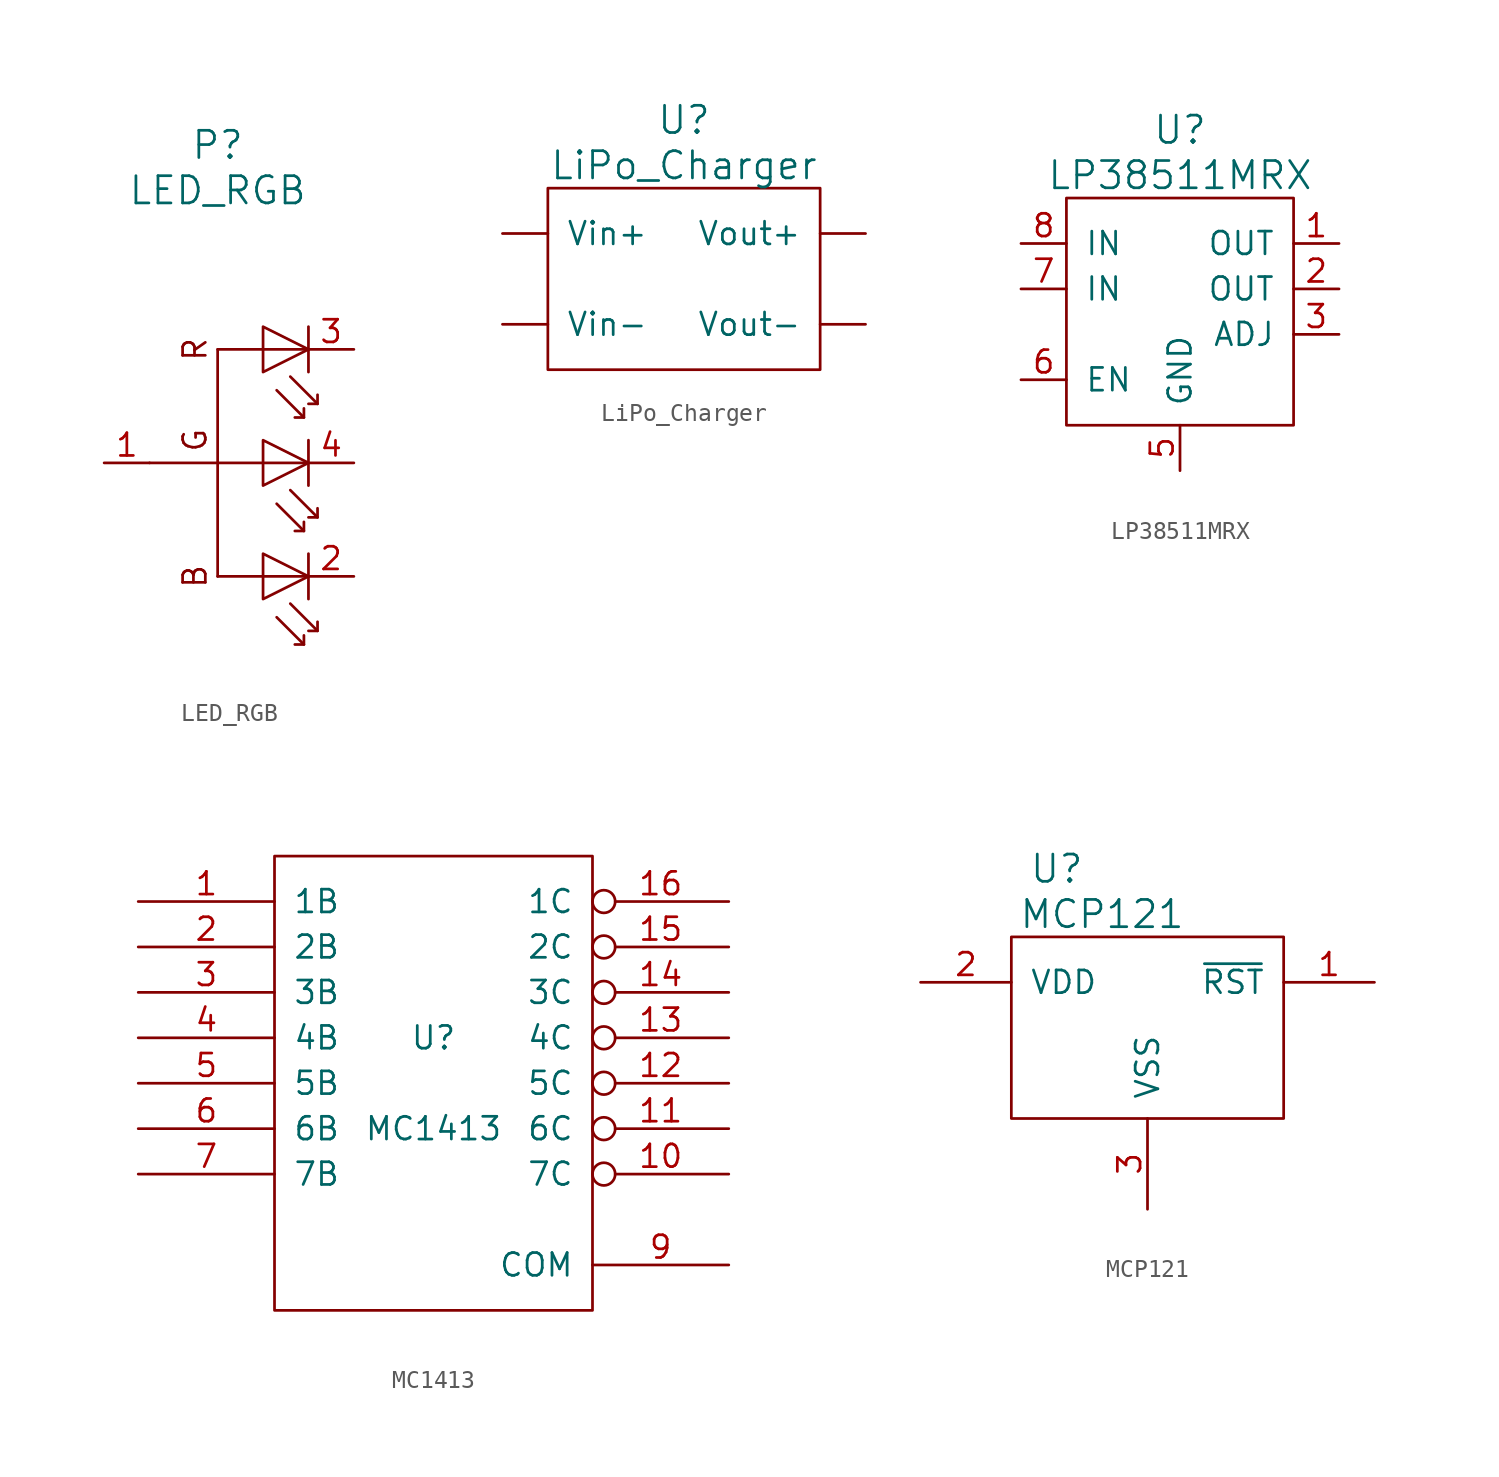
<source format=kicad_sym>
(kicad_symbol_lib
  (version 20211014)
  (generator kicad_symbol_editor)
  (symbol "LED_RGB"
    (pin_names hide)
    (property "Reference" "P"
      (at -3.81 15.24 0)
      (effects (font (size 1.524 1.524))))
    (property "Value" "LED_RGB"
      (at -3.81 12.7 0)
      (effects (font (size 1.524 1.524))))
    (property "Footprint" ""
      (at 0 3.81 0)
      (effects (font (size 1.524 1.524))))
    (property "Datasheet" ""
      (at 0 3.81 0)
      (effects (font (size 1.524 1.524))))
    (symbol "LED_RGB_0_0"
      (polyline (pts (xy -1.27 -8.89) (xy 1.27 -8.89)) (stroke (width 0) (type default) (color 0 0 0 0)) (fill (type none)))
      (polyline (pts (xy -1.27 -2.54) (xy 1.27 -2.54)) (stroke (width 0) (type default) (color 0 0 0 0)) (fill (type none)))
      (polyline (pts (xy -1.27 3.81) (xy 1.27 3.81)) (stroke (width 0) (type default) (color 0 0 0 0)) (fill (type none)))
      (polyline (pts (xy -0.508 -11.176) (xy 1.016 -12.7)) (stroke (width 0) (type default) (color 0 0 0 0)) (fill (type none)))
      (polyline (pts (xy -0.508 -4.826) (xy 1.016 -6.35)) (stroke (width 0) (type default) (color 0 0 0 0)) (fill (type none)))
      (polyline (pts (xy -0.508 1.524) (xy 1.016 0)) (stroke (width 0) (type default) (color 0 0 0 0)) (fill (type none)))
      (polyline (pts (xy 0.254 -10.414) (xy 1.778 -11.938)) (stroke (width 0) (type default) (color 0 0 0 0)) (fill (type none)))
      (polyline (pts (xy 0.254 -4.064) (xy 1.778 -5.588)) (stroke (width 0) (type default) (color 0 0 0 0)) (fill (type none)))
      (polyline (pts (xy 0.254 2.286) (xy 1.778 0.762)) (stroke (width 0) (type default) (color 0 0 0 0)) (fill (type none)))
      (polyline (pts (xy 1.27 -7.62) (xy 1.27 -10.16)) (stroke (width 0) (type default) (color 0 0 0 0)) (fill (type none)))
      (polyline (pts (xy 1.27 -1.27) (xy 1.27 -3.81)) (stroke (width 0) (type default) (color 0 0 0 0)) (fill (type none)))
      (polyline (pts (xy 1.27 5.08) (xy 1.27 2.54)) (stroke (width 0) (type default) (color 0 0 0 0)) (fill (type none)))
      (polyline (pts (xy 1.016 -12.192) (xy 1.016 -12.7) (xy 0.508 -12.7)) (stroke (width 0) (type default) (color 0 0 0 0)) (fill (type none)))
      (polyline (pts (xy 1.016 -5.842) (xy 1.016 -6.35) (xy 0.508 -6.35)) (stroke (width 0) (type default) (color 0 0 0 0)) (fill (type none)))
      (polyline (pts (xy 1.016 0.508) (xy 1.016 0) (xy 0.508 0)) (stroke (width 0) (type default) (color 0 0 0 0)) (fill (type none)))
      (polyline (pts (xy 1.778 -11.43) (xy 1.778 -11.938) (xy 1.27 -11.938)) (stroke (width 0) (type default) (color 0 0 0 0)) (fill (type none)))
      (polyline (pts (xy 1.778 -5.08) (xy 1.778 -5.588) (xy 1.27 -5.588)) (stroke (width 0) (type default) (color 0 0 0 0)) (fill (type none)))
      (polyline (pts (xy 1.778 1.27) (xy 1.778 0.762) (xy 1.27 0.762)) (stroke (width 0) (type default) (color 0 0 0 0)) (fill (type none)))
      (polyline (pts (xy -1.27 -7.62) (xy -1.27 -10.16) (xy 1.27 -8.89) (xy -1.27 -7.62)) (stroke (width 0) (type default) (color 0 0 0 0)) (fill (type none)))
      (polyline (pts (xy -1.27 -1.27) (xy -1.27 -3.81) (xy 1.27 -2.54) (xy -1.27 -1.27)) (stroke (width 0) (type default) (color 0 0 0 0)) (fill (type none)))
      (polyline (pts (xy -1.27 5.08) (xy -1.27 2.54) (xy 1.27 3.81) (xy -1.27 5.08)) (stroke (width 0) (type default) (color 0 0 0 0)) (fill (type none)))
      (text "B" (at -5.08 -8.89 900) (effects (font (size 1.27 1.27))))
      (text "G" (at -5.08 -1.27 900) (effects (font (size 1.27 1.27))))
      (text "R" (at -5.08 3.81 900) (effects (font (size 1.27 1.27)))))
    (symbol "LED_RGB_0_1"
      (polyline (pts (xy -7.62 -2.54) (xy -3.81 -2.54)) (stroke (width 0) (type default) (color 0 0 0 0)) (fill (type none)))
      (polyline (pts (xy -3.81 3.81) (xy -3.81 -8.89)) (stroke (width 0) (type default) (color 0 0 0 0)) (fill (type none)))
      (polyline (pts (xy -3.81 3.81) (xy -1.27 3.81)) (stroke (width 0) (type default) (color 0 0 0 0)) (fill (type none)))
      (polyline (pts (xy -1.27 -8.89) (xy -3.81 -8.89)) (stroke (width 0) (type default) (color 0 0 0 0)) (fill (type none)))
      (polyline (pts (xy -1.27 -2.54) (xy -3.81 -2.54)) (stroke (width 0) (type default) (color 0 0 0 0)) (fill (type none))))
    (symbol "LED_RGB_1_1"
      (pin passive line (at -10.16 -2.54 0) (length 2.54) (name "Anode" (effects (font (size 1.27 1.27)))) (number "1" (effects (font (size 1.27 1.27)))))
      (pin passive line (at 3.81 -8.89 180) (length 2.54) (name "BLUE" (effects (font (size 1.27 1.27)))) (number "2" (effects (font (size 1.27 1.27)))))
      (pin passive line (at 3.81 3.81 180) (length 2.54) (name "RED" (effects (font (size 1.27 1.27)))) (number "3" (effects (font (size 1.27 1.27)))))
      (pin passive line (at 3.81 -2.54 180) (length 2.54) (name "GREEN" (effects (font (size 1.27 1.27)))) (number "4" (effects (font (size 1.27 1.27)))))))
  (symbol "LiPo_Charger"
    (pin_names
      (offset 1.016))
    (property "Reference" "U"
      (at 0 8.89 0)
      (effects (font (size 1.524 1.524))))
    (property "Value" "LiPo_Charger"
      (at 0 6.35 0)
      (effects (font (size 1.524 1.524))))
    (symbol "LiPo_Charger_0_1"
      (rectangle (start -7.62 5.08) (end 7.62 -5.08) (stroke (width 0) (type default) (color 0 0 0 0)) (fill (type none))))
    (symbol "LiPo_Charger_1_1"
      (pin power_in line (at -10.16 2.54 0) (length 2.54) (name "Vin+" (effects (font (size 1.27 1.27)))) (number "~" (effects (font (size 1.27 1.27)))))
      (pin power_in line (at -10.16 -2.54 0) (length 2.54) (name "Vin-" (effects (font (size 1.27 1.27)))) (number "~" (effects (font (size 1.27 1.27)))))
      (pin power_out line (at 10.16 2.54 180) (length 2.54) (name "Vout+" (effects (font (size 1.27 1.27)))) (number "~" (effects (font (size 1.27 1.27)))))
      (pin power_out line (at 10.16 -2.54 180) (length 2.54) (name "Vout-" (effects (font (size 1.27 1.27)))) (number "~" (effects (font (size 1.27 1.27)))))))
  (symbol "LP38511MRX"
    (pin_names
      (offset 1.016))
    (property "Reference" "U"
      (at 0 10.16 0)
      (effects (font (size 1.524 1.524))))
    (property "Value" "LP38511MRX"
      (at 0 7.62 0)
      (effects (font (size 1.524 1.524))))
    (symbol "LP38511MRX_0_1"
      (polyline (pts (xy -6.35 6.35) (xy 6.35 6.35) (xy 6.35 -6.35) (xy -6.35 -6.35) (xy -6.35 6.35)) (stroke (width 0) (type default) (color 0 0 0 0)) (fill (type none))))
    (symbol "LP38511MRX_1_1"
      (pin power_out line (at 8.89 3.81 180) (length 2.54) (name "OUT" (effects (font (size 1.27 1.27)))) (number "1" (effects (font (size 1.27 1.27)))))
      (pin power_out line (at 8.89 1.27 180) (length 2.54) (name "OUT" (effects (font (size 1.27 1.27)))) (number "2" (effects (font (size 1.27 1.27)))))
      (pin passive line (at 8.89 -1.27 180) (length 2.54) (name "ADJ" (effects (font (size 1.27 1.27)))) (number "3" (effects (font (size 1.27 1.27)))))
      (pin no_connect line (at 0 6.35 90) (length 0) hide (name "NC" (effects (font (size 1.27 1.27)))) (number "4" (effects (font (size 1.27 1.27)))))
      (pin power_in line (at 0 -8.89 90) (length 2.54) (name "GND" (effects (font (size 1.27 1.27)))) (number "5" (effects (font (size 1.27 1.27)))))
      (pin input line (at -8.89 -3.81 0) (length 2.54) (name "EN" (effects (font (size 1.27 1.27)))) (number "6" (effects (font (size 1.27 1.27)))))
      (pin power_in line (at -8.89 1.27 0) (length 2.54) (name "IN" (effects (font (size 1.27 1.27)))) (number "7" (effects (font (size 1.27 1.27)))))
      (pin power_in line (at -8.89 3.81 0) (length 2.54) (name "IN" (effects (font (size 1.27 1.27)))) (number "8" (effects (font (size 1.27 1.27)))))))
  (symbol "MC1413"
    (pin_names
      (offset 1.016))
    (property "Reference" "U"
      (at 0 2.54 0)
      (effects (font (size 1.27 1.27))))
    (property "Value" "MC1413"
      (at 0 -2.54 0)
      (effects (font (size 1.27 1.27))))
    (property "Footprint" ""
      (at 0 0 0)
      (effects (font (size 1.27 1.27))))
    (property "Datasheet" ""
      (at 0 0 0)
      (effects (font (size 1.27 1.27))))
    (symbol "MC1413_0_1"
      (rectangle (start -8.89 -12.7) (end 8.89 12.7) (stroke (width 0) (type default) (color 0 0 0 0)) (fill (type none))))
    (symbol "MC1413_1_1"
      (pin input line (at -16.51 10.16 0) (length 7.62) (name "1B" (effects (font (size 1.27 1.27)))) (number "1" (effects (font (size 1.27 1.27)))))
      (pin open_collector inverted (at 16.51 -5.08 180) (length 7.62) (name "7C" (effects (font (size 1.27 1.27)))) (number "10" (effects (font (size 1.27 1.27)))))
      (pin open_collector inverted (at 16.51 -2.54 180) (length 7.62) (name "6C" (effects (font (size 1.27 1.27)))) (number "11" (effects (font (size 1.27 1.27)))))
      (pin open_collector inverted (at 16.51 0 180) (length 7.62) (name "5C" (effects (font (size 1.27 1.27)))) (number "12" (effects (font (size 1.27 1.27)))))
      (pin open_collector inverted (at 16.51 2.54 180) (length 7.62) (name "4C" (effects (font (size 1.27 1.27)))) (number "13" (effects (font (size 1.27 1.27)))))
      (pin open_collector inverted (at 16.51 5.08 180) (length 7.62) (name "3C" (effects (font (size 1.27 1.27)))) (number "14" (effects (font (size 1.27 1.27)))))
      (pin open_collector inverted (at 16.51 7.62 180) (length 7.62) (name "2C" (effects (font (size 1.27 1.27)))) (number "15" (effects (font (size 1.27 1.27)))))
      (pin open_collector inverted (at 16.51 10.16 180) (length 7.62) (name "1C" (effects (font (size 1.27 1.27)))) (number "16" (effects (font (size 1.27 1.27)))))
      (pin input line (at -16.51 7.62 0) (length 7.62) (name "2B" (effects (font (size 1.27 1.27)))) (number "2" (effects (font (size 1.27 1.27)))))
      (pin input line (at -16.51 5.08 0) (length 7.62) (name "3B" (effects (font (size 1.27 1.27)))) (number "3" (effects (font (size 1.27 1.27)))))
      (pin input line (at -16.51 2.54 0) (length 7.62) (name "4B" (effects (font (size 1.27 1.27)))) (number "4" (effects (font (size 1.27 1.27)))))
      (pin input line (at -16.51 0 0) (length 7.62) (name "5B" (effects (font (size 1.27 1.27)))) (number "5" (effects (font (size 1.27 1.27)))))
      (pin input line (at -16.51 -2.54 0) (length 7.62) (name "6B" (effects (font (size 1.27 1.27)))) (number "6" (effects (font (size 1.27 1.27)))))
      (pin input line (at -16.51 -5.08 0) (length 7.62) (name "7B" (effects (font (size 1.27 1.27)))) (number "7" (effects (font (size 1.27 1.27)))))
      (pin power_in line (at -8.89 -12.7 90) (length 0) hide (name "GND" (effects (font (size 1.27 1.27)))) (number "8" (effects (font (size 1.27 1.27)))))
      (pin input line (at 16.51 -10.16 180) (length 7.62) (name "COM" (effects (font (size 1.27 1.27)))) (number "9" (effects (font (size 1.27 1.27)))))))
  (symbol "MCP121"
    (pin_names
      (offset 1.016))
    (property "Reference" "U"
      (at -5.08 6.35 0)
      (effects (font (size 1.524 1.524))))
    (property "Value" "MCP121"
      (at -2.54 3.81 0)
      (effects (font (size 1.524 1.524))))
    (symbol "MCP121_0_1"
      (rectangle (start 7.62 2.54) (end -7.62 -7.62) (stroke (width 0) (type default) (color 0 0 0 0)) (fill (type none))))
    (symbol "MCP121_1_1"
      (pin open_collector line (at 12.7 0 180) (length 5.08) (name "~{RST}" (effects (font (size 1.27 1.27)))) (number "1" (effects (font (size 1.27 1.27)))))
      (pin input line (at -12.7 0 0) (length 5.08) (name "VDD" (effects (font (size 1.27 1.27)))) (number "2" (effects (font (size 1.27 1.27)))))
      (pin power_in line (at 0 -12.7 90) (length 5.08) (name "VSS" (effects (font (size 1.27 1.27)))) (number "3" (effects (font (size 1.27 1.27))))))))
</source>
